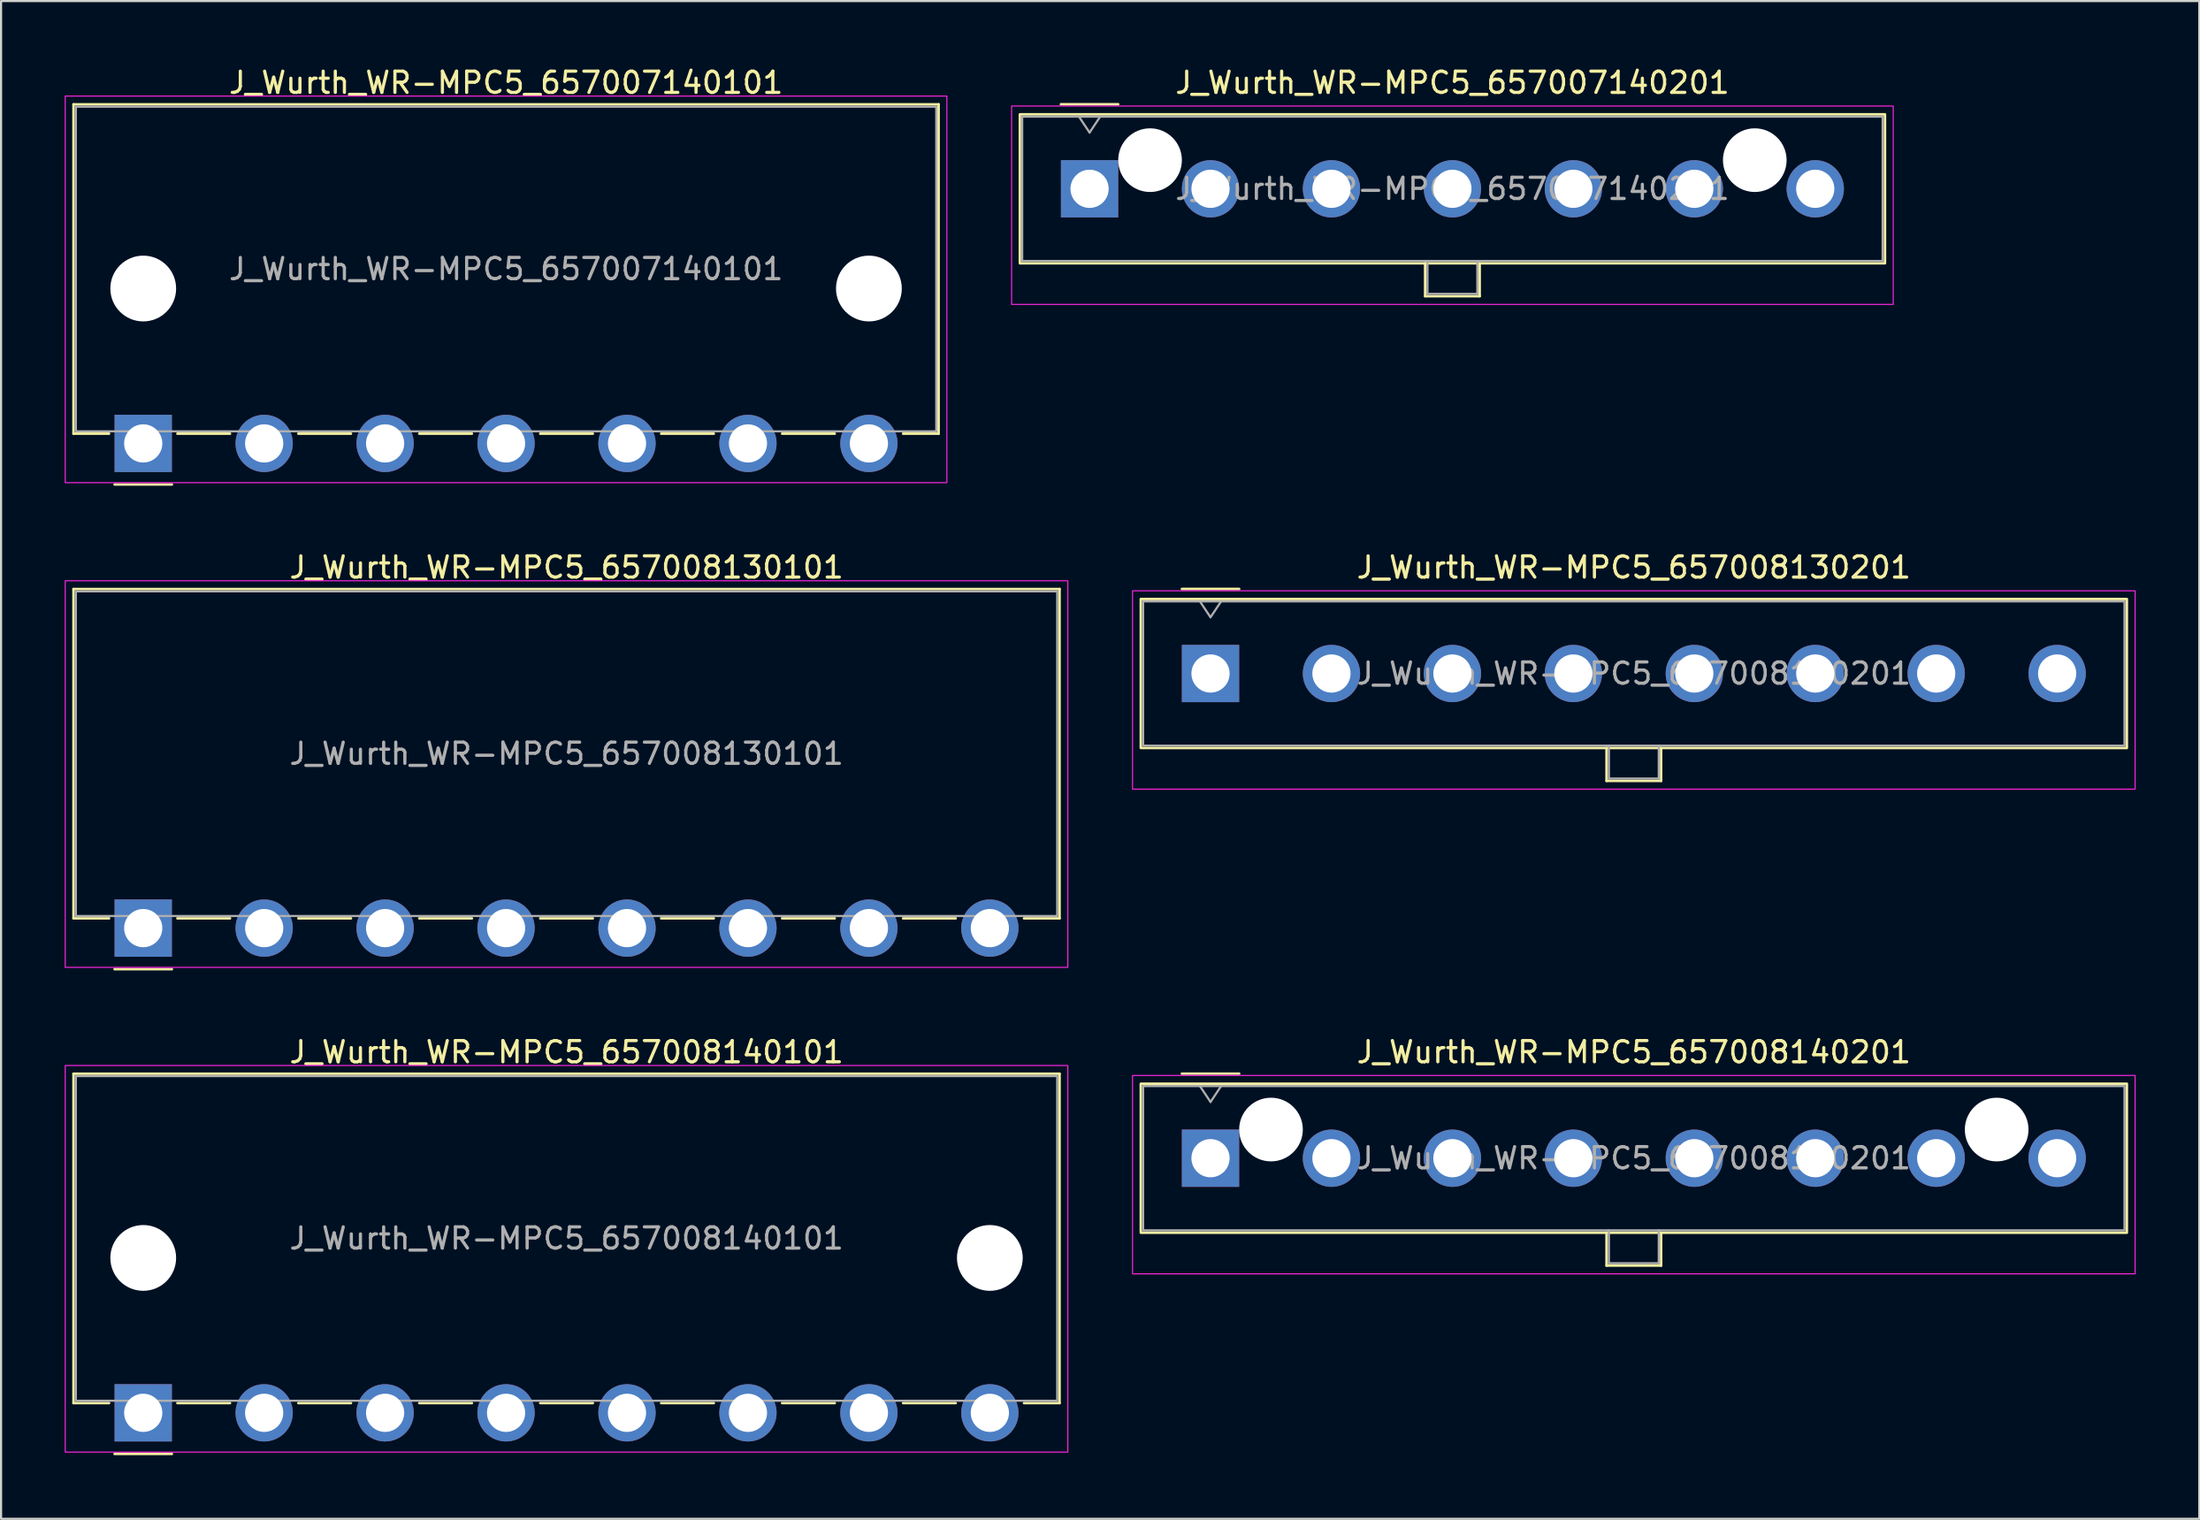
<source format=kicad_pcb>
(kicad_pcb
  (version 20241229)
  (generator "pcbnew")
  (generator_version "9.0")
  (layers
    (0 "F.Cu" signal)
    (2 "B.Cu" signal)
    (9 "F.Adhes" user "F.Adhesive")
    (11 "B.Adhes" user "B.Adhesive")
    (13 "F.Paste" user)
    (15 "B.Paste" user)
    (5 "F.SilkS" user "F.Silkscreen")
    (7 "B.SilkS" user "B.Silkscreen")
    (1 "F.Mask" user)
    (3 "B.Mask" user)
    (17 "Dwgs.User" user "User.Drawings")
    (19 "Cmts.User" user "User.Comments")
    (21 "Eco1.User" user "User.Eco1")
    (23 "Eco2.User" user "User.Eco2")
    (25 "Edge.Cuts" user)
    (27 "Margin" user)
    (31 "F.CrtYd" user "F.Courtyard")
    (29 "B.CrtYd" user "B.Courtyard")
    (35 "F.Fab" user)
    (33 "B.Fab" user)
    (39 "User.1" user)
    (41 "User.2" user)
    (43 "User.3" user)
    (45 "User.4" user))
  (footprint "J_Wurth_WR-MPC5_657008140201"
    (layer "F.Cu")
    (at 54 51.535)
    (property "Reference" "J_Wurth_WR-MPC5_657008140201" (at 19.95 -5 0) (unlocked yes) (layer "F.SilkS") (effects (font (size 1 1) (thickness 0.15))))
    (attr through_hole)
    (fp_line (start -1.35 -3.985) (end 1.35 -3.985) (stroke (width 0.12) (type solid)) (layer "F.SilkS"))
    (fp_line (start 18.665 3.51) (end 18.665 5.06) (stroke (width 0.12) (type solid)) (layer "F.SilkS"))
    (fp_line (start 18.665 5.06) (end 21.235 5.06) (stroke (width 0.12) (type solid)) (layer "F.SilkS"))
    (fp_line (start 21.235 3.51) (end 21.235 5.06) (stroke (width 0.12) (type solid)) (layer "F.SilkS"))
    (fp_rect (start -3.285 -3.51) (end 43.185 3.51) (stroke (width 0.12) (type solid)) (fill no) (layer "F.SilkS"))
    (fp_rect (start -3.675 -3.9) (end 43.575 5.45) (stroke (width 0.05) (type solid)) (fill no) (layer "F.CrtYd"))
    (fp_line (start 0 -2.65) (end -0.5 -3.4) (stroke (width 0.1) (type solid)) (layer "F.Fab"))
    (fp_line (start 0 -2.65) (end 0.5 -3.4) (stroke (width 0.1) (type solid)) (layer "F.Fab"))
    (fp_line (start 18.775 4.95) (end 18.775 3.4) (stroke (width 0.1) (type solid)) (layer "F.Fab"))
    (fp_line (start 21.125 3.4) (end 21.125 4.95) (stroke (width 0.1) (type solid)) (layer "F.Fab"))
    (fp_line (start 21.125 4.95) (end 18.775 4.95) (stroke (width 0.1) (type solid)) (layer "F.Fab"))
    (fp_rect (start -3.175 -3.4) (end 43.075 3.4) (stroke (width 0.1) (type solid)) (fill no) (layer "F.Fab"))
    (fp_text user "${REFERENCE}" (at 19.95 0 0) (unlocked yes) (layer "F.Fab") (effects (font (size 1 1) (thickness 0.15))))
    (pad "" np_thru_hole circle (at 2.85 -1.35) (size 3 3) (drill 3) (layers "*.Cu" "*.Mask"))
    (pad "" np_thru_hole circle (at 37.05 -1.35) (size 3 3) (drill 3) (layers "*.Cu" "*.Mask"))
    (pad "1" thru_hole rect (at 0 0 180) (size 2.7 2.7) (drill 1.8) (layers "*.Cu" "*.Mask"))
    (pad "2" thru_hole circle (at 5.7 0 180) (size 2.7 2.7) (drill 1.8) (layers "*.Cu" "*.Mask"))
    (pad "3" thru_hole circle (at 11.4 0 180) (size 2.7 2.7) (drill 1.8) (layers "*.Cu" "*.Mask"))
    (pad "4" thru_hole circle (at 17.1 0 180) (size 2.7 2.7) (drill 1.8) (layers "*.Cu" "*.Mask"))
    (pad "5" thru_hole circle (at 22.8 0 180) (size 2.7 2.7) (drill 1.8) (layers "*.Cu" "*.Mask"))
    (pad "6" thru_hole circle (at 28.5 0 180) (size 2.7 2.7) (drill 1.8) (layers "*.Cu" "*.Mask"))
    (pad "7" thru_hole circle (at 34.2 0 180) (size 2.7 2.7) (drill 1.8) (layers "*.Cu" "*.Mask"))
    (pad "8" thru_hole circle (at 39.9 0 180) (size 2.7 2.7) (drill 1.8) (layers "*.Cu" "*.Mask")))
  (footprint "J_Wurth_WR-MPC5_657007140101"
    (layer "F.Cu")
    (at 3.7 17.848)
    (property "Reference" "J_Wurth_WR-MPC5_657007140101" (at 17.1 -17 0) (unlocked yes) (layer "F.SilkS") (effects (font (size 1 1) (thickness 0.15))))
    (attr through_hole)
    (fp_line (start -3.285 -15.98) (end -3.285 -0.46) (stroke (width 0.12) (type solid)) (layer "F.SilkS"))
    (fp_line (start -3.285 -15.98) (end 37.485 -15.98) (stroke (width 0.12) (type solid)) (layer "F.SilkS"))
    (fp_line (start -1.61 -0.46) (end -3.285 -0.46) (stroke (width 0.12) (type solid)) (layer "F.SilkS"))
    (fp_line (start 1.35 1.935) (end -1.35 1.935) (stroke (width 0.12) (type solid)) (layer "F.SilkS"))
    (fp_line (start 4.09 -0.46) (end 1.61 -0.46) (stroke (width 0.12) (type solid)) (layer "F.SilkS"))
    (fp_line (start 9.79 -0.46) (end 7.31 -0.46) (stroke (width 0.12) (type solid)) (layer "F.SilkS"))
    (fp_line (start 15.49 -0.46) (end 13.01 -0.46) (stroke (width 0.12) (type solid)) (layer "F.SilkS"))
    (fp_line (start 21.19 -0.46) (end 18.71 -0.46) (stroke (width 0.12) (type solid)) (layer "F.SilkS"))
    (fp_line (start 26.89 -0.46) (end 24.41 -0.46) (stroke (width 0.12) (type solid)) (layer "F.SilkS"))
    (fp_line (start 32.59 -0.46) (end 30.11 -0.46) (stroke (width 0.12) (type solid)) (layer "F.SilkS"))
    (fp_line (start 35.81 -0.46) (end 37.485 -0.46) (stroke (width 0.12) (type solid)) (layer "F.SilkS"))
    (fp_line (start 37.485 -15.98) (end 37.485 -0.46) (stroke (width 0.12) (type solid)) (layer "F.SilkS"))
    (fp_rect (start -3.675 -16.37) (end 37.875 1.85) (stroke (width 0.05) (type solid)) (fill no) (layer "F.CrtYd"))
    (fp_line (start 0 0.18) (end -0.5 -0.57) (stroke (width 0.1) (type solid)) (layer "F.Fab"))
    (fp_line (start 0 0.18) (end 0.5 -0.57) (stroke (width 0.1) (type solid)) (layer "F.Fab"))
    (fp_rect (start -3.175 -15.87) (end 37.375 -0.57) (stroke (width 0.1) (type solid)) (fill no) (layer "F.Fab"))
    (fp_text user "${REFERENCE}" (at 17.1 -8.22 0) (unlocked yes) (layer "F.Fab") (effects (font (size 1 1) (thickness 0.15))))
    (pad "" np_thru_hole circle (at 0 -7.3) (size 3.1 3.1) (drill 3.1) (layers "*.Cu" "*.Mask"))
    (pad "" np_thru_hole circle (at 34.2 -7.3) (size 3.1 3.1) (drill 3.1) (layers "*.Cu" "*.Mask"))
    (pad "1" thru_hole rect (at 0 0 180) (size 2.7 2.7) (drill 1.8) (layers "*.Cu" "*.Mask"))
    (pad "2" thru_hole circle (at 5.7 0 180) (size 2.7 2.7) (drill 1.8) (layers "*.Cu" "*.Mask"))
    (pad "3" thru_hole circle (at 11.4 0 180) (size 2.7 2.7) (drill 1.8) (layers "*.Cu" "*.Mask"))
    (pad "4" thru_hole circle (at 17.1 0 180) (size 2.7 2.7) (drill 1.8) (layers "*.Cu" "*.Mask"))
    (pad "5" thru_hole circle (at 22.8 0 180) (size 2.7 2.7) (drill 1.8) (layers "*.Cu" "*.Mask"))
    (pad "6" thru_hole circle (at 28.5 0 180) (size 2.7 2.7) (drill 1.8) (layers "*.Cu" "*.Mask"))
    (pad "7" thru_hole circle (at 34.2 0 180) (size 2.7 2.7) (drill 1.8) (layers "*.Cu" "*.Mask")))
  (footprint "J_Wurth_WR-MPC5_657008140101"
    (layer "F.Cu")
    (at 3.7 63.535)
    (property "Reference" "J_Wurth_WR-MPC5_657008140101" (at 19.95 -17 0) (unlocked yes) (layer "F.SilkS") (effects (font (size 1 1) (thickness 0.15))))
    (attr through_hole)
    (fp_line (start -3.285 -15.98) (end -3.285 -0.46) (stroke (width 0.12) (type solid)) (layer "F.SilkS"))
    (fp_line (start -3.285 -15.98) (end 43.185 -15.98) (stroke (width 0.12) (type solid)) (layer "F.SilkS"))
    (fp_line (start -1.61 -0.46) (end -3.285 -0.46) (stroke (width 0.12) (type solid)) (layer "F.SilkS"))
    (fp_line (start 1.35 1.935) (end -1.35 1.935) (stroke (width 0.12) (type solid)) (layer "F.SilkS"))
    (fp_line (start 4.09 -0.46) (end 1.61 -0.46) (stroke (width 0.12) (type solid)) (layer "F.SilkS"))
    (fp_line (start 9.79 -0.46) (end 7.31 -0.46) (stroke (width 0.12) (type solid)) (layer "F.SilkS"))
    (fp_line (start 15.49 -0.46) (end 13.01 -0.46) (stroke (width 0.12) (type solid)) (layer "F.SilkS"))
    (fp_line (start 21.19 -0.46) (end 18.71 -0.46) (stroke (width 0.12) (type solid)) (layer "F.SilkS"))
    (fp_line (start 26.89 -0.46) (end 24.41 -0.46) (stroke (width 0.12) (type solid)) (layer "F.SilkS"))
    (fp_line (start 32.59 -0.46) (end 30.11 -0.46) (stroke (width 0.12) (type solid)) (layer "F.SilkS"))
    (fp_line (start 38.29 -0.46) (end 35.81 -0.46) (stroke (width 0.12) (type solid)) (layer "F.SilkS"))
    (fp_line (start 41.51 -0.46) (end 43.185 -0.46) (stroke (width 0.12) (type solid)) (layer "F.SilkS"))
    (fp_line (start 43.185 -15.98) (end 43.185 -0.46) (stroke (width 0.12) (type solid)) (layer "F.SilkS"))
    (fp_rect (start -3.675 -16.37) (end 43.575 1.85) (stroke (width 0.05) (type solid)) (fill no) (layer "F.CrtYd"))
    (fp_line (start 0 0.18) (end -0.5 -0.57) (stroke (width 0.1) (type solid)) (layer "F.Fab"))
    (fp_line (start 0 0.18) (end 0.5 -0.57) (stroke (width 0.1) (type solid)) (layer "F.Fab"))
    (fp_rect (start -3.175 -15.87) (end 43.075 -0.57) (stroke (width 0.1) (type solid)) (fill no) (layer "F.Fab"))
    (fp_text user "${REFERENCE}" (at 19.95 -8.22 0) (unlocked yes) (layer "F.Fab") (effects (font (size 1 1) (thickness 0.15))))
    (pad "" np_thru_hole circle (at 0 -7.3) (size 3.1 3.1) (drill 3.1) (layers "*.Cu" "*.Mask"))
    (pad "" np_thru_hole circle (at 39.9 -7.3) (size 3.1 3.1) (drill 3.1) (layers "*.Cu" "*.Mask"))
    (pad "1" thru_hole rect (at 0 0 180) (size 2.7 2.7) (drill 1.8) (layers "*.Cu" "*.Mask"))
    (pad "2" thru_hole circle (at 5.7 0 180) (size 2.7 2.7) (drill 1.8) (layers "*.Cu" "*.Mask"))
    (pad "3" thru_hole circle (at 11.4 0 180) (size 2.7 2.7) (drill 1.8) (layers "*.Cu" "*.Mask"))
    (pad "4" thru_hole circle (at 17.1 0 180) (size 2.7 2.7) (drill 1.8) (layers "*.Cu" "*.Mask"))
    (pad "5" thru_hole circle (at 22.8 0 180) (size 2.7 2.7) (drill 1.8) (layers "*.Cu" "*.Mask"))
    (pad "6" thru_hole circle (at 28.5 0 180) (size 2.7 2.7) (drill 1.8) (layers "*.Cu" "*.Mask"))
    (pad "7" thru_hole circle (at 34.2 0 180) (size 2.7 2.7) (drill 1.8) (layers "*.Cu" "*.Mask"))
    (pad "8" thru_hole circle (at 39.9 0 180) (size 2.7 2.7) (drill 1.8) (layers "*.Cu" "*.Mask")))
  (footprint "J_Wurth_WR-MPC5_657008130101"
    (layer "F.Cu")
    (at 3.7 40.691)
    (property "Reference" "J_Wurth_WR-MPC5_657008130101" (at 19.95 -17 0) (unlocked yes) (layer "F.SilkS") (effects (font (size 1 1) (thickness 0.15))))
    (attr through_hole)
    (fp_line (start -3.285 -15.98) (end -3.285 -0.46) (stroke (width 0.12) (type solid)) (layer "F.SilkS"))
    (fp_line (start -3.285 -15.98) (end 43.185 -15.98) (stroke (width 0.12) (type solid)) (layer "F.SilkS"))
    (fp_line (start -1.61 -0.46) (end -3.285 -0.46) (stroke (width 0.12) (type solid)) (layer "F.SilkS"))
    (fp_line (start 1.35 1.935) (end -1.35 1.935) (stroke (width 0.12) (type solid)) (layer "F.SilkS"))
    (fp_line (start 4.09 -0.46) (end 1.61 -0.46) (stroke (width 0.12) (type solid)) (layer "F.SilkS"))
    (fp_line (start 9.79 -0.46) (end 7.31 -0.46) (stroke (width 0.12) (type solid)) (layer "F.SilkS"))
    (fp_line (start 15.49 -0.46) (end 13.01 -0.46) (stroke (width 0.12) (type solid)) (layer "F.SilkS"))
    (fp_line (start 21.19 -0.46) (end 18.71 -0.46) (stroke (width 0.12) (type solid)) (layer "F.SilkS"))
    (fp_line (start 26.89 -0.46) (end 24.41 -0.46) (stroke (width 0.12) (type solid)) (layer "F.SilkS"))
    (fp_line (start 32.59 -0.46) (end 30.11 -0.46) (stroke (width 0.12) (type solid)) (layer "F.SilkS"))
    (fp_line (start 38.29 -0.46) (end 35.81 -0.46) (stroke (width 0.12) (type solid)) (layer "F.SilkS"))
    (fp_line (start 41.51 -0.46) (end 43.185 -0.46) (stroke (width 0.12) (type solid)) (layer "F.SilkS"))
    (fp_line (start 43.185 -15.98) (end 43.185 -0.46) (stroke (width 0.12) (type solid)) (layer "F.SilkS"))
    (fp_rect (start -3.675 -16.37) (end 43.575 1.85) (stroke (width 0.05) (type solid)) (fill no) (layer "F.CrtYd"))
    (fp_line (start 0 0.18) (end -0.5 -0.57) (stroke (width 0.1) (type solid)) (layer "F.Fab"))
    (fp_line (start 0 0.18) (end 0.5 -0.57) (stroke (width 0.1) (type solid)) (layer "F.Fab"))
    (fp_rect (start -3.175 -15.87) (end 43.075 -0.57) (stroke (width 0.1) (type solid)) (fill no) (layer "F.Fab"))
    (fp_text user "${REFERENCE}" (at 19.95 -8.22 0) (unlocked yes) (layer "F.Fab") (effects (font (size 1 1) (thickness 0.15))))
    (pad "1" thru_hole rect (at 0 0 180) (size 2.7 2.7) (drill 1.8) (layers "*.Cu" "*.Mask"))
    (pad "2" thru_hole circle (at 5.7 0 180) (size 2.7 2.7) (drill 1.8) (layers "*.Cu" "*.Mask"))
    (pad "3" thru_hole circle (at 11.4 0 180) (size 2.7 2.7) (drill 1.8) (layers "*.Cu" "*.Mask"))
    (pad "4" thru_hole circle (at 17.1 0 180) (size 2.7 2.7) (drill 1.8) (layers "*.Cu" "*.Mask"))
    (pad "5" thru_hole circle (at 22.8 0 180) (size 2.7 2.7) (drill 1.8) (layers "*.Cu" "*.Mask"))
    (pad "6" thru_hole circle (at 28.5 0 180) (size 2.7 2.7) (drill 1.8) (layers "*.Cu" "*.Mask"))
    (pad "7" thru_hole circle (at 34.2 0 180) (size 2.7 2.7) (drill 1.8) (layers "*.Cu" "*.Mask"))
    (pad "8" thru_hole circle (at 39.9 0 180) (size 2.7 2.7) (drill 1.8) (layers "*.Cu" "*.Mask")))
  (footprint "J_Wurth_WR-MPC5_657007140201"
    (layer "F.Cu")
    (at 48.3 5.848)
    (property "Reference" "J_Wurth_WR-MPC5_657007140201" (at 17.1 -5 0) (unlocked yes) (layer "F.SilkS") (effects (font (size 1 1) (thickness 0.15))))
    (attr through_hole)
    (fp_line (start -1.35 -3.985) (end 1.35 -3.985) (stroke (width 0.12) (type solid)) (layer "F.SilkS"))
    (fp_line (start 15.815 3.51) (end 15.815 5.06) (stroke (width 0.12) (type solid)) (layer "F.SilkS"))
    (fp_line (start 15.815 5.06) (end 18.385 5.06) (stroke (width 0.12) (type solid)) (layer "F.SilkS"))
    (fp_line (start 18.385 3.51) (end 18.385 5.06) (stroke (width 0.12) (type solid)) (layer "F.SilkS"))
    (fp_rect (start -3.285 -3.51) (end 37.485 3.51) (stroke (width 0.12) (type solid)) (fill no) (layer "F.SilkS"))
    (fp_rect (start -3.675 -3.9) (end 37.875 5.45) (stroke (width 0.05) (type solid)) (fill no) (layer "F.CrtYd"))
    (fp_line (start 0 -2.65) (end -0.5 -3.4) (stroke (width 0.1) (type solid)) (layer "F.Fab"))
    (fp_line (start 0 -2.65) (end 0.5 -3.4) (stroke (width 0.1) (type solid)) (layer "F.Fab"))
    (fp_line (start 15.925 4.95) (end 15.925 3.4) (stroke (width 0.1) (type solid)) (layer "F.Fab"))
    (fp_line (start 18.275 3.4) (end 18.275 4.95) (stroke (width 0.1) (type solid)) (layer "F.Fab"))
    (fp_line (start 18.275 4.95) (end 15.925 4.95) (stroke (width 0.1) (type solid)) (layer "F.Fab"))
    (fp_rect (start -3.175 -3.4) (end 37.375 3.4) (stroke (width 0.1) (type solid)) (fill no) (layer "F.Fab"))
    (fp_text user "${REFERENCE}" (at 17.1 0 0) (unlocked yes) (layer "F.Fab") (effects (font (size 1 1) (thickness 0.15))))
    (pad "" np_thru_hole circle (at 2.85 -1.35) (size 3 3) (drill 3) (layers "*.Cu" "*.Mask"))
    (pad "" np_thru_hole circle (at 31.35 -1.35) (size 3 3) (drill 3) (layers "*.Cu" "*.Mask"))
    (pad "1" thru_hole rect (at 0 0 180) (size 2.7 2.7) (drill 1.8) (layers "*.Cu" "*.Mask"))
    (pad "2" thru_hole circle (at 5.7 0 180) (size 2.7 2.7) (drill 1.8) (layers "*.Cu" "*.Mask"))
    (pad "3" thru_hole circle (at 11.4 0 180) (size 2.7 2.7) (drill 1.8) (layers "*.Cu" "*.Mask"))
    (pad "4" thru_hole circle (at 17.1 0 180) (size 2.7 2.7) (drill 1.8) (layers "*.Cu" "*.Mask"))
    (pad "5" thru_hole circle (at 22.8 0 180) (size 2.7 2.7) (drill 1.8) (layers "*.Cu" "*.Mask"))
    (pad "6" thru_hole circle (at 28.5 0 180) (size 2.7 2.7) (drill 1.8) (layers "*.Cu" "*.Mask"))
    (pad "7" thru_hole circle (at 34.2 0 180) (size 2.7 2.7) (drill 1.8) (layers "*.Cu" "*.Mask")))
  (footprint "J_Wurth_WR-MPC5_657008130201"
    (layer "F.Cu")
    (at 54 28.692)
    (property "Reference" "J_Wurth_WR-MPC5_657008130201" (at 19.95 -5 0) (unlocked yes) (layer "F.SilkS") (effects (font (size 1 1) (thickness 0.15))))
    (attr through_hole)
    (fp_line (start -1.35 -3.985) (end 1.35 -3.985) (stroke (width 0.12) (type solid)) (layer "F.SilkS"))
    (fp_line (start 18.665 3.51) (end 18.665 5.06) (stroke (width 0.12) (type solid)) (layer "F.SilkS"))
    (fp_line (start 18.665 5.06) (end 21.235 5.06) (stroke (width 0.12) (type solid)) (layer "F.SilkS"))
    (fp_line (start 21.235 3.51) (end 21.235 5.06) (stroke (width 0.12) (type solid)) (layer "F.SilkS"))
    (fp_rect (start -3.285 -3.51) (end 43.185 3.51) (stroke (width 0.12) (type solid)) (fill no) (layer "F.SilkS"))
    (fp_rect (start -3.675 -3.9) (end 43.575 5.45) (stroke (width 0.05) (type solid)) (fill no) (layer "F.CrtYd"))
    (fp_line (start 0 -2.65) (end -0.5 -3.4) (stroke (width 0.1) (type solid)) (layer "F.Fab"))
    (fp_line (start 0 -2.65) (end 0.5 -3.4) (stroke (width 0.1) (type solid)) (layer "F.Fab"))
    (fp_line (start 18.775 4.95) (end 18.775 3.4) (stroke (width 0.1) (type solid)) (layer "F.Fab"))
    (fp_line (start 21.125 3.4) (end 21.125 4.95) (stroke (width 0.1) (type solid)) (layer "F.Fab"))
    (fp_line (start 21.125 4.95) (end 18.775 4.95) (stroke (width 0.1) (type solid)) (layer "F.Fab"))
    (fp_rect (start -3.175 -3.4) (end 43.075 3.4) (stroke (width 0.1) (type solid)) (fill no) (layer "F.Fab"))
    (fp_text user "${REFERENCE}" (at 19.95 0 0) (unlocked yes) (layer "F.Fab") (effects (font (size 1 1) (thickness 0.15))))
    (pad "1" thru_hole rect (at 0 0 180) (size 2.7 2.7) (drill 1.8) (layers "*.Cu" "*.Mask"))
    (pad "2" thru_hole circle (at 5.7 0 180) (size 2.7 2.7) (drill 1.8) (layers "*.Cu" "*.Mask"))
    (pad "3" thru_hole circle (at 11.4 0 180) (size 2.7 2.7) (drill 1.8) (layers "*.Cu" "*.Mask"))
    (pad "4" thru_hole circle (at 17.1 0 180) (size 2.7 2.7) (drill 1.8) (layers "*.Cu" "*.Mask"))
    (pad "5" thru_hole circle (at 22.8 0 180) (size 2.7 2.7) (drill 1.8) (layers "*.Cu" "*.Mask"))
    (pad "6" thru_hole circle (at 28.5 0 180) (size 2.7 2.7) (drill 1.8) (layers "*.Cu" "*.Mask"))
    (pad "7" thru_hole circle (at 34.2 0 180) (size 2.7 2.7) (drill 1.8) (layers "*.Cu" "*.Mask"))
    (pad "8" thru_hole circle (at 39.9 0 180) (size 2.7 2.7) (drill 1.8) (layers "*.Cu" "*.Mask")))
  (gr_rect
    (start -3 -3)
    (end 100.6 68.53)
    (stroke (width 0.1) (type default))
    (fill no)
    (layer "Edge.Cuts")))
</source>
